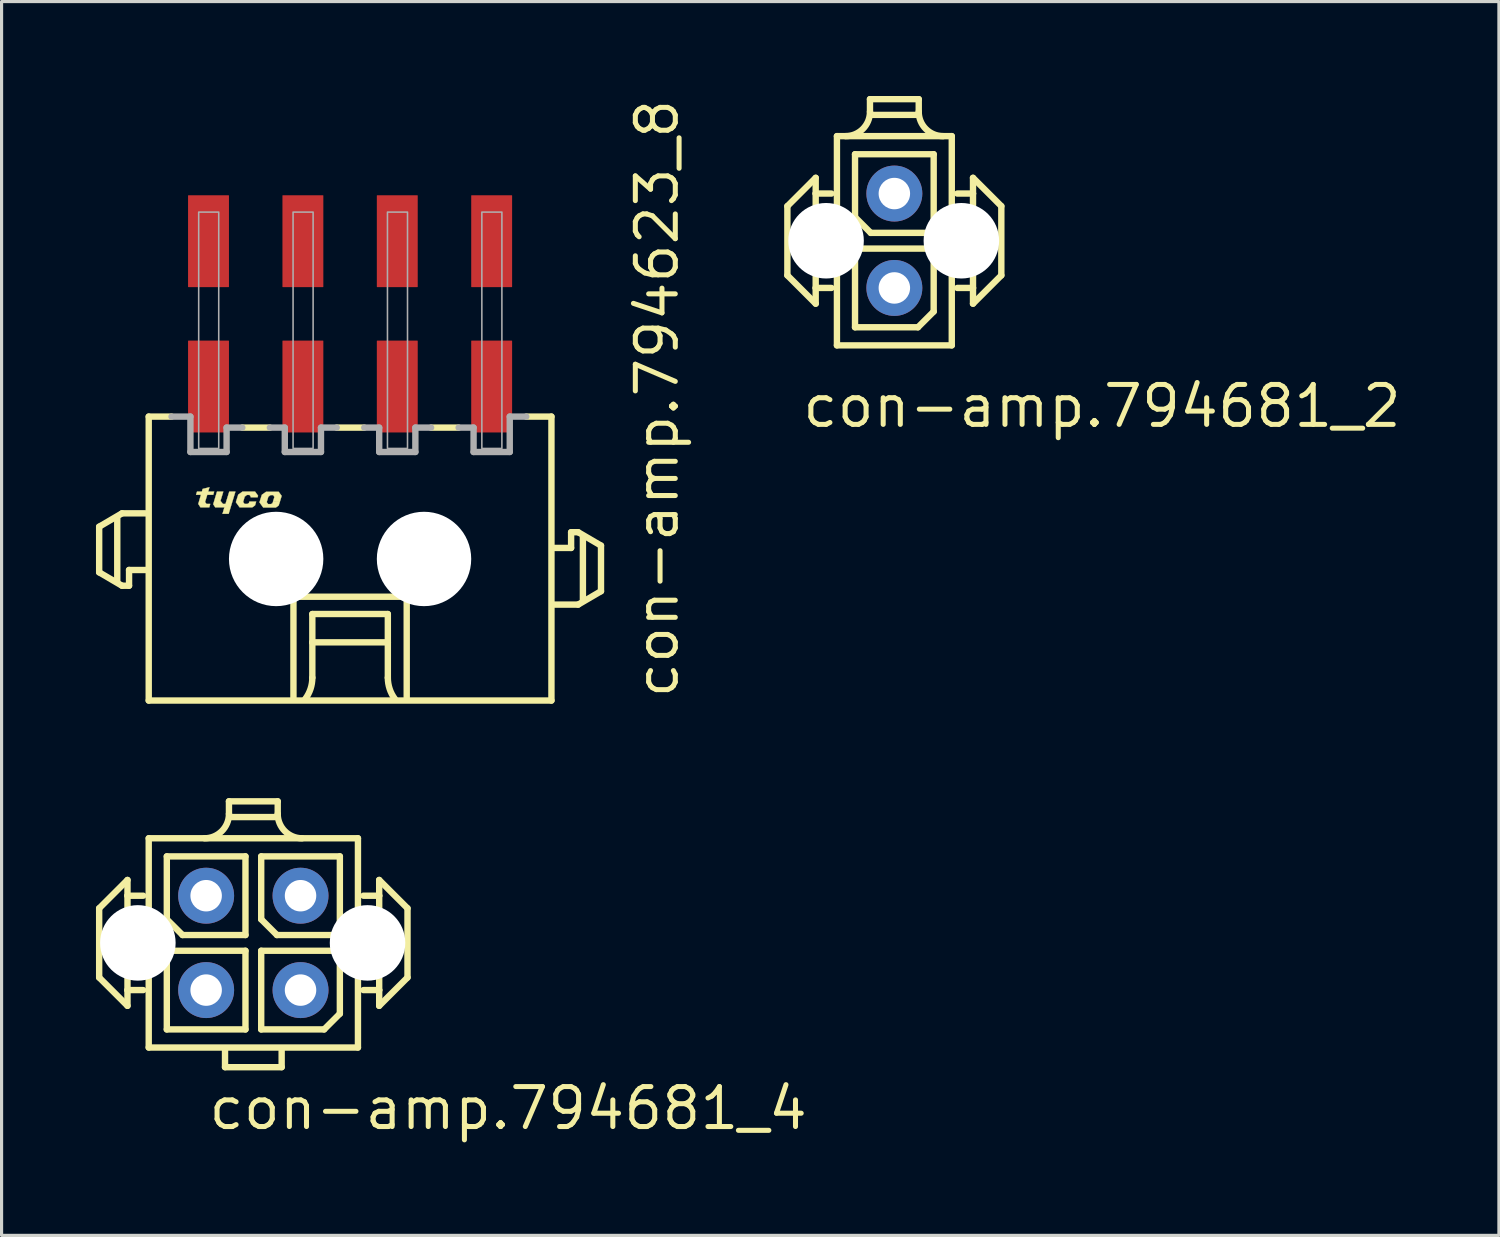
<source format=kicad_pcb>
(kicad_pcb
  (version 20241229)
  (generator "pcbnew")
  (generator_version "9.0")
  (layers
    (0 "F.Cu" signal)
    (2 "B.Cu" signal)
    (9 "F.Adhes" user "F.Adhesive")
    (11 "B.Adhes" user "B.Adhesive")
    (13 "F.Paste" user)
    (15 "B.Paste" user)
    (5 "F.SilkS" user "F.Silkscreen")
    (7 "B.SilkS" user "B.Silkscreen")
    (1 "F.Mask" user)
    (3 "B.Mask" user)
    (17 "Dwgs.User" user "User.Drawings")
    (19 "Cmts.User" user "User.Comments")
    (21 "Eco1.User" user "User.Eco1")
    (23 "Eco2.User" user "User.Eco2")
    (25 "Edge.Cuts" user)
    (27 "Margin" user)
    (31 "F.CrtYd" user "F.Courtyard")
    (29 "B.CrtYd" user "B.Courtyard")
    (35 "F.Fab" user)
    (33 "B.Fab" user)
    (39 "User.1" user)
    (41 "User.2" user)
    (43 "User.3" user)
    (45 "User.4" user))
  (footprint "con-amp.794681_2"
    (layer "F.Cu")
    (at 25.376 4.602)
    (property "Reference" "con-amp.794681_2" (at -3 6 0) (layer "F.SilkS") (effects (font (size 1.27 1.27) (thickness 0.16)) (justify left bottom)))
    (attr through_hole)
    (fp_line (start -3.4 -1.1) (end -2.5 -2) (stroke (width 0.203) (type default)) (layer "F.SilkS"))
    (fp_line (start -3.4 1.1) (end -3.4 -1.1) (stroke (width 0.203) (type default)) (layer "F.SilkS"))
    (fp_line (start -2.5 -2) (end -2.5 -1.5) (stroke (width 0.203) (type default)) (layer "F.SilkS"))
    (fp_line (start -2.5 -1.5) (end -2.5 1.5) (stroke (width 0.203) (type default)) (layer "F.SilkS"))
    (fp_line (start -2.5 -1.5) (end -2 -1.5) (stroke (width 0.203) (type default)) (layer "F.SilkS"))
    (fp_line (start -2.5 1.5) (end -2.5 2) (stroke (width 0.203) (type default)) (layer "F.SilkS"))
    (fp_line (start -2.5 1.5) (end -2 1.5) (stroke (width 0.203) (type default)) (layer "F.SilkS"))
    (fp_line (start -2.5 2) (end -3.4 1.1) (stroke (width 0.203) (type default)) (layer "F.SilkS"))
    (fp_line (start -1.825 -3.325) (end 1.825 -3.325) (stroke (width 0.203) (type default)) (layer "F.SilkS"))
    (fp_line (start -1.825 3.325) (end -1.825 -3.325) (stroke (width 0.203) (type default)) (layer "F.SilkS"))
    (fp_line (start -1.25 -2.75) (end -1.25 -0.75) (stroke (width 0.203) (type default)) (layer "F.SilkS"))
    (fp_line (start -1.25 0.25) (end -1.25 2.75) (stroke (width 0.203) (type default)) (layer "F.SilkS"))
    (fp_line (start -1.25 0.25) (end 1.25 0.25) (stroke (width 0.203) (type default)) (layer "F.SilkS"))
    (fp_line (start -1.25 2.75) (end 0.75 2.75) (stroke (width 0.203) (type default)) (layer "F.SilkS"))
    (fp_line (start -0.775 -4.5) (end 0.775 -4.5) (stroke (width 0.203) (type default)) (layer "F.SilkS"))
    (fp_line (start -0.775 -4.1) (end -0.775 -4.5) (stroke (width 0.203) (type default)) (layer "F.SilkS"))
    (fp_line (start -0.75 -0.25) (end -1.25 -0.75) (stroke (width 0.203) (type default)) (layer "F.SilkS"))
    (fp_line (start -0.75 -0.25) (end 1.25 -0.25) (stroke (width 0.203) (type default)) (layer "F.SilkS"))
    (fp_line (start 0.75 -4) (end -0.75 -4) (stroke (width 0.203) (type default)) (layer "F.SilkS"))
    (fp_line (start 0.75 2.75) (end 1.25 2.25) (stroke (width 0.203) (type default)) (layer "F.SilkS"))
    (fp_line (start 0.775 -4.1) (end 0.775 -4.5) (stroke (width 0.203) (type default)) (layer "F.SilkS"))
    (fp_line (start 1.25 -2.75) (end -1.25 -2.75) (stroke (width 0.203) (type default)) (layer "F.SilkS"))
    (fp_line (start 1.25 -0.25) (end 1.25 -2.75) (stroke (width 0.203) (type default)) (layer "F.SilkS"))
    (fp_line (start 1.25 2.25) (end 1.25 0.25) (stroke (width 0.203) (type default)) (layer "F.SilkS"))
    (fp_line (start 1.825 -3.325) (end 1.825 3.325) (stroke (width 0.203) (type default)) (layer "F.SilkS"))
    (fp_line (start 1.825 3.325) (end -1.825 3.325) (stroke (width 0.203) (type default)) (layer "F.SilkS"))
    (fp_line (start 2.5 -2) (end 2.5 -1.5) (stroke (width 0.203) (type default)) (layer "F.SilkS"))
    (fp_line (start 2.5 -2) (end 3.4 -1.1) (stroke (width 0.203) (type default)) (layer "F.SilkS"))
    (fp_line (start 2.5 -1.5) (end 2 -1.5) (stroke (width 0.203) (type default)) (layer "F.SilkS"))
    (fp_line (start 2.5 -1.5) (end 2.5 1.5) (stroke (width 0.203) (type default)) (layer "F.SilkS"))
    (fp_line (start 2.5 1.5) (end 2 1.5) (stroke (width 0.203) (type default)) (layer "F.SilkS"))
    (fp_line (start 2.5 1.5) (end 2.5 2) (stroke (width 0.203) (type default)) (layer "F.SilkS"))
    (fp_line (start 3.4 -1.1) (end 3.4 1.1) (stroke (width 0.203) (type default)) (layer "F.SilkS"))
    (fp_line (start 3.4 1.1) (end 2.5 2) (stroke (width 0.203) (type default)) (layer "F.SilkS"))
    (fp_arc (start -0.775 -4.1) (mid -1.001992 -3.551992) (end -1.55 -3.325) (stroke (width 0.2032) (type default)) (layer "F.SilkS"))
    (fp_arc (start 1.55 -3.325) (mid 1.001992 -3.551992) (end 0.775 -4.1) (stroke (width 0.2032) (type default)) (layer "F.SilkS"))
    (pad "" np_thru_hole circle (at -2.17 0) (size 2.4 2.4) (drill 2.4) (layers "*.Cu" "*.Mask"))
    (pad "" np_thru_hole circle (at 2.13 0) (size 2.4 2.4) (drill 2.4) (layers "*.Cu" "*.Mask"))
    (pad "1" thru_hole circle (at 0 1.5) (size 1.778 1.778) (drill 1) (layers "*.Cu" "*.Mask"))
    (pad "2" thru_hole circle (at 0 -1.5) (size 1.778 1.778) (drill 1) (layers "*.Cu" "*.Mask")))
  (footprint "con-amp.794681_4"
    (layer "F.Cu")
    (at 5.002 26.919)
    (property "Reference" "con-amp.794681_4" (at -1.5 6 0) (layer "F.SilkS") (effects (font (size 1.27 1.27) (thickness 0.16)) (justify left bottom)))
    (attr through_hole)
    (fp_line (start -4.9 -1.1) (end -4 -2) (stroke (width 0.203) (type default)) (layer "F.SilkS"))
    (fp_line (start -4.9 1.1) (end -4.9 -1.1) (stroke (width 0.203) (type default)) (layer "F.SilkS"))
    (fp_line (start -4 -2) (end -4 -1.5) (stroke (width 0.203) (type default)) (layer "F.SilkS"))
    (fp_line (start -4 -1.5) (end -4 1.5) (stroke (width 0.203) (type default)) (layer "F.SilkS"))
    (fp_line (start -4 -1.5) (end -3.5 -1.5) (stroke (width 0.203) (type default)) (layer "F.SilkS"))
    (fp_line (start -4 1.5) (end -4 2) (stroke (width 0.203) (type default)) (layer "F.SilkS"))
    (fp_line (start -4 1.5) (end -3.5 1.5) (stroke (width 0.203) (type default)) (layer "F.SilkS"))
    (fp_line (start -4 2) (end -4.9 1.1) (stroke (width 0.203) (type default)) (layer "F.SilkS"))
    (fp_line (start -3.325 -3.325) (end 3.325 -3.325) (stroke (width 0.203) (type default)) (layer "F.SilkS"))
    (fp_line (start -3.325 3.325) (end -3.325 -3.325) (stroke (width 0.203) (type default)) (layer "F.SilkS"))
    (fp_line (start -2.75 -2.75) (end -2.75 -0.75) (stroke (width 0.203) (type default)) (layer "F.SilkS"))
    (fp_line (start -2.75 0.25) (end -2.75 2.75) (stroke (width 0.203) (type default)) (layer "F.SilkS"))
    (fp_line (start -2.75 0.25) (end -0.25 0.25) (stroke (width 0.203) (type default)) (layer "F.SilkS"))
    (fp_line (start -2.75 2.75) (end -0.25 2.75) (stroke (width 0.203) (type default)) (layer "F.SilkS"))
    (fp_line (start -2.25 -0.25) (end -2.75 -0.75) (stroke (width 0.203) (type default)) (layer "F.SilkS"))
    (fp_line (start -2.25 -0.25) (end -0.25 -0.25) (stroke (width 0.203) (type default)) (layer "F.SilkS"))
    (fp_line (start -0.9 3.95) (end -0.9 3.4) (stroke (width 0.203) (type default)) (layer "F.SilkS"))
    (fp_line (start -0.775 -4.5) (end 0.775 -4.5) (stroke (width 0.203) (type default)) (layer "F.SilkS"))
    (fp_line (start -0.775 -4.1) (end -0.775 -4.5) (stroke (width 0.203) (type default)) (layer "F.SilkS"))
    (fp_line (start -0.25 -2.75) (end -2.75 -2.75) (stroke (width 0.203) (type default)) (layer "F.SilkS"))
    (fp_line (start -0.25 -2.75) (end -0.25 -0.25) (stroke (width 0.203) (type default)) (layer "F.SilkS"))
    (fp_line (start -0.25 0.25) (end -0.25 2.75) (stroke (width 0.203) (type default)) (layer "F.SilkS"))
    (fp_line (start 0.25 -2.75) (end 0.25 -0.75) (stroke (width 0.203) (type default)) (layer "F.SilkS"))
    (fp_line (start 0.25 0.25) (end 0.25 2.75) (stroke (width 0.203) (type default)) (layer "F.SilkS"))
    (fp_line (start 0.25 0.25) (end 2.75 0.25) (stroke (width 0.203) (type default)) (layer "F.SilkS"))
    (fp_line (start 0.25 2.75) (end 2.25 2.75) (stroke (width 0.203) (type default)) (layer "F.SilkS"))
    (fp_line (start 0.75 -4) (end -0.75 -4) (stroke (width 0.203) (type default)) (layer "F.SilkS"))
    (fp_line (start 0.75 -0.25) (end 0.25 -0.75) (stroke (width 0.203) (type default)) (layer "F.SilkS"))
    (fp_line (start 0.75 -0.25) (end 2.75 -0.25) (stroke (width 0.203) (type default)) (layer "F.SilkS"))
    (fp_line (start 0.775 -4.1) (end 0.775 -4.5) (stroke (width 0.203) (type default)) (layer "F.SilkS"))
    (fp_line (start 0.9 3.95) (end -0.9 3.95) (stroke (width 0.203) (type default)) (layer "F.SilkS"))
    (fp_line (start 0.9 3.95) (end 0.9 3.425) (stroke (width 0.203) (type default)) (layer "F.SilkS"))
    (fp_line (start 2.25 2.75) (end 2.75 2.25) (stroke (width 0.203) (type default)) (layer "F.SilkS"))
    (fp_line (start 2.75 -2.75) (end 0.25 -2.75) (stroke (width 0.203) (type default)) (layer "F.SilkS"))
    (fp_line (start 2.75 -0.25) (end 2.75 -2.75) (stroke (width 0.203) (type default)) (layer "F.SilkS"))
    (fp_line (start 2.75 2.25) (end 2.75 0.25) (stroke (width 0.203) (type default)) (layer "F.SilkS"))
    (fp_line (start 3.325 -3.325) (end 3.325 3.325) (stroke (width 0.203) (type default)) (layer "F.SilkS"))
    (fp_line (start 3.325 3.325) (end -3.325 3.325) (stroke (width 0.203) (type default)) (layer "F.SilkS"))
    (fp_line (start 4 -2) (end 4 -1.5) (stroke (width 0.203) (type default)) (layer "F.SilkS"))
    (fp_line (start 4 -2) (end 4.9 -1.1) (stroke (width 0.203) (type default)) (layer "F.SilkS"))
    (fp_line (start 4 -1.5) (end 3.5 -1.5) (stroke (width 0.203) (type default)) (layer "F.SilkS"))
    (fp_line (start 4 -1.5) (end 4 1.5) (stroke (width 0.203) (type default)) (layer "F.SilkS"))
    (fp_line (start 4 1.5) (end 3.5 1.5) (stroke (width 0.203) (type default)) (layer "F.SilkS"))
    (fp_line (start 4 1.5) (end 4 2) (stroke (width 0.203) (type default)) (layer "F.SilkS"))
    (fp_line (start 4.9 -1.1) (end 4.9 1.1) (stroke (width 0.203) (type default)) (layer "F.SilkS"))
    (fp_line (start 4.9 1.1) (end 4 2) (stroke (width 0.203) (type default)) (layer "F.SilkS"))
    (fp_arc (start -0.775 -4.1) (mid -1.001992 -3.551992) (end -1.55 -3.325) (stroke (width 0.2032) (type default)) (layer "F.SilkS"))
    (fp_arc (start 1.55 -3.325) (mid 1.001992 -3.551992) (end 0.775 -4.1) (stroke (width 0.2032) (type default)) (layer "F.SilkS"))
    (pad "" np_thru_hole circle (at -3.67 0) (size 2.4 2.4) (drill 2.4) (layers "*.Cu" "*.Mask"))
    (pad "" np_thru_hole circle (at 3.63 0) (size 2.4 2.4) (drill 2.4) (layers "*.Cu" "*.Mask"))
    (pad "1" thru_hole circle (at 1.5 1.5) (size 1.778 1.778) (drill 1) (layers "*.Cu" "*.Mask"))
    (pad "2" thru_hole circle (at 1.5 -1.5) (size 1.778 1.778) (drill 1) (layers "*.Cu" "*.Mask"))
    (pad "3" thru_hole circle (at -1.5 1.5) (size 1.778 1.778) (drill 1) (layers "*.Cu" "*.Mask"))
    (pad "4" thru_hole circle (at -1.5 -1.5) (size 1.778 1.778) (drill 1) (layers "*.Cu" "*.Mask")))
  (footprint "con-amp.794623_8"
    (layer "F.Cu")
    (at 8.077 14.716)
    (property "Reference" "con-amp.794623_8" (at 10.5 4.5 90) (layer "F.SilkS") (effects (font (size 1.27 1.27) (thickness 0.16)) (justify left bottom)))
    (attr smd)
    (fp_line (start -7.975 -1.025) (end -7.975 0.425) (stroke (width 0.203) (type default)) (layer "F.SilkS"))
    (fp_line (start -7.975 0.425) (end -7.25 0.85) (stroke (width 0.203) (type default)) (layer "F.SilkS"))
    (fp_line (start -7.4 0.7) (end -7.4 -1.3) (stroke (width 0.203) (type default)) (layer "F.SilkS"))
    (fp_line (start -7.25 -1.45) (end -7.975 -1.025) (stroke (width 0.203) (type default)) (layer "F.SilkS"))
    (fp_line (start -7.25 0.85) (end -7.025 0.85) (stroke (width 0.203) (type default)) (layer "F.SilkS"))
    (fp_line (start -7.025 0.35) (end -6.5 0.35) (stroke (width 0.203) (type default)) (layer "F.SilkS"))
    (fp_line (start -7.025 0.85) (end -7.025 0.35) (stroke (width 0.203) (type default)) (layer "F.SilkS"))
    (fp_line (start -6.5 -1.45) (end -7.25 -1.45) (stroke (width 0.203) (type default)) (layer "F.SilkS"))
    (fp_line (start -6.4 -4.525) (end -6.4 4.5) (stroke (width 0.203) (type default)) (layer "F.SilkS"))
    (fp_line (start -6.4 -4.525) (end -5.675 -4.525) (stroke (width 0.203) (type default)) (layer "F.SilkS"))
    (fp_line (start -6.4 4.5) (end 6.4 4.5) (stroke (width 0.203) (type default)) (layer "F.SilkS"))
    (fp_line (start -2.55 -4.175) (end -3.425 -4.175) (stroke (width 0.203) (type default)) (layer "F.SilkS"))
    (fp_line (start -1.8 1.2) (end 1.8 1.2) (stroke (width 0.203) (type default)) (layer "F.SilkS"))
    (fp_line (start -1.8 4.4) (end -1.8 1.2) (stroke (width 0.203) (type default)) (layer "F.SilkS"))
    (fp_line (start -1.2 1.75) (end -1.2 2.65) (stroke (width 0.203) (type default)) (layer "F.SilkS"))
    (fp_line (start -1.2 2.65) (end -1.2 3.775) (stroke (width 0.203) (type default)) (layer "F.SilkS"))
    (fp_line (start -1.2 2.65) (end 1.2 2.65) (stroke (width 0.203) (type default)) (layer "F.SilkS"))
    (fp_line (start 0.45 -4.175) (end -0.425 -4.175) (stroke (width 0.203) (type default)) (layer "F.SilkS"))
    (fp_line (start 1.2 1.75) (end -1.2 1.75) (stroke (width 0.203) (type default)) (layer "F.SilkS"))
    (fp_line (start 1.2 2.65) (end 1.2 1.75) (stroke (width 0.203) (type default)) (layer "F.SilkS"))
    (fp_line (start 1.2 2.65) (end 1.2 3.775) (stroke (width 0.203) (type default)) (layer "F.SilkS"))
    (fp_line (start 1.8 1.2) (end 1.8 4.4) (stroke (width 0.203) (type default)) (layer "F.SilkS"))
    (fp_line (start 3.45 -4.175) (end 2.575 -4.175) (stroke (width 0.203) (type default)) (layer "F.SilkS"))
    (fp_line (start 6.4 -4.525) (end 5.6 -4.525) (stroke (width 0.203) (type default)) (layer "F.SilkS"))
    (fp_line (start 6.4 4.5) (end 6.4 -4.525) (stroke (width 0.203) (type default)) (layer "F.SilkS"))
    (fp_line (start 6.5 1.45) (end 7.25 1.45) (stroke (width 0.203) (type default)) (layer "F.SilkS"))
    (fp_line (start 7.025 -0.85) (end 7.025 -0.35) (stroke (width 0.203) (type default)) (layer "F.SilkS"))
    (fp_line (start 7.025 -0.35) (end 6.5 -0.35) (stroke (width 0.203) (type default)) (layer "F.SilkS"))
    (fp_line (start 7.25 -0.85) (end 7.025 -0.85) (stroke (width 0.203) (type default)) (layer "F.SilkS"))
    (fp_line (start 7.25 1.45) (end 7.975 1.025) (stroke (width 0.203) (type default)) (layer "F.SilkS"))
    (fp_line (start 7.4 1.3) (end 7.4 -0.7) (stroke (width 0.203) (type default)) (layer "F.SilkS"))
    (fp_line (start 7.975 -0.425) (end 7.25 -0.85) (stroke (width 0.203) (type default)) (layer "F.SilkS"))
    (fp_line (start 7.975 1.025) (end 7.975 -0.425) (stroke (width 0.203) (type default)) (layer "F.SilkS"))
    (fp_arc (start -1.2 3.775) (mid -1.257731 4.130756) (end -1.425 4.45) (stroke (width 0.2032) (type default)) (layer "F.SilkS"))
    (fp_arc (start 1.425 4.45) (mid 1.257731 4.130756) (end 1.2 3.775) (stroke (width 0.2032) (type default)) (layer "F.SilkS"))
    (fp_poly (pts (xy -4.23 -2.14) (xy -4.03 -2.14) (xy -4.12 -1.845) (xy -4.04 -1.75) (xy -3.96 -1.75) (xy -3.84 -2.14) (xy -3.645 -2.14) (xy -3.86 -1.435) (xy -4.055 -1.435) (xy -3.995 -1.64) (xy -4.285 -1.64) (xy -4.35 -1.74)) (stroke (width 0.01) (type default)) (fill yes) (layer "F.SilkS"))
    (fp_poly (pts (xy -4.865 -2.14) (xy -4.71 -2.14) (xy -4.688 -2.225) (xy -4.47 -2.28) (xy -4.51 -2.14) (xy -4.32 -2.14) (xy -4.35 -2.04) (xy -4.54 -2.04) (xy -4.61 -1.81) (xy -4.565 -1.75) (xy -4.445 -1.75) (xy -4.475 -1.64) (xy -4.755 -1.64) (xy -4.825 -1.75) (xy -4.74 -2.04) (xy -4.895 -2.04)) (stroke (width 0.01) (type default)) (fill yes) (layer "F.SilkS"))
    (fp_poly (pts (xy -3.16 -1.96) (xy -2.94 -1.96) (xy -2.925 -2.01) (xy -3.02 -2.14) (xy -3.42 -2.14) (xy -3.555 -2.045) (xy -3.63 -1.805) (xy -3.51 -1.64) (xy -3.11 -1.64) (xy -3.02 -1.705) (xy -2.985 -1.825) (xy -3.2 -1.825) (xy -3.215 -1.78) (xy -3.26 -1.75) (xy -3.355 -1.75) (xy -3.4 -1.81) (xy -3.35 -1.98) (xy -3.28 -2.035) (xy -3.195 -2.035) (xy -3.155 -1.975)) (stroke (width 0.01) (type default)) (fill yes) (layer "F.SilkS"))
    (fp_poly (pts (xy -2.45 -1.825) (xy -2.23 -1.825) (xy -2.175 -2.005) (xy -2.27 -2.135) (xy -2.67 -2.135) (xy -2.805 -2.04) (xy -2.88 -1.8) (xy -2.76 -1.635) (xy -2.36 -1.635) (xy -2.27 -1.7) (xy -2.23 -1.825) (xy -2.45 -1.82) (xy -2.465 -1.775) (xy -2.51 -1.745) (xy -2.605 -1.745) (xy -2.65 -1.805) (xy -2.6 -1.975) (xy -2.53 -2.03) (xy -2.445 -2.03) (xy -2.405 -1.97)) (stroke (width 0.01) (type default)) (fill yes) (layer "F.SilkS"))
    (fp_line (start -5.075 -4.525) (end -5.675 -4.525) (stroke (width 0.203) (type default)) (layer "F.Fab"))
    (fp_line (start -5.075 -3.4) (end -5.075 -4.525) (stroke (width 0.203) (type default)) (layer "F.Fab"))
    (fp_line (start -3.925 -4.175) (end -3.925 -3.4) (stroke (width 0.203) (type default)) (layer "F.Fab"))
    (fp_line (start -3.925 -3.4) (end -5.075 -3.4) (stroke (width 0.203) (type default)) (layer "F.Fab"))
    (fp_line (start -3.425 -4.175) (end -3.925 -4.175) (stroke (width 0.203) (type default)) (layer "F.Fab"))
    (fp_line (start -2.075 -4.175) (end -2.55 -4.175) (stroke (width 0.203) (type default)) (layer "F.Fab"))
    (fp_line (start -2.075 -3.4) (end -2.075 -4.175) (stroke (width 0.203) (type default)) (layer "F.Fab"))
    (fp_line (start -0.925 -4.175) (end -0.925 -3.4) (stroke (width 0.203) (type default)) (layer "F.Fab"))
    (fp_line (start -0.925 -3.4) (end -2.075 -3.4) (stroke (width 0.203) (type default)) (layer "F.Fab"))
    (fp_line (start -0.425 -4.175) (end -0.925 -4.175) (stroke (width 0.203) (type default)) (layer "F.Fab"))
    (fp_line (start 0.925 -4.175) (end 0.45 -4.175) (stroke (width 0.203) (type default)) (layer "F.Fab"))
    (fp_line (start 0.925 -3.4) (end 0.925 -4.175) (stroke (width 0.203) (type default)) (layer "F.Fab"))
    (fp_line (start 2.075 -4.175) (end 2.075 -3.4) (stroke (width 0.203) (type default)) (layer "F.Fab"))
    (fp_line (start 2.075 -3.4) (end 0.925 -3.4) (stroke (width 0.203) (type default)) (layer "F.Fab"))
    (fp_line (start 2.575 -4.175) (end 2.075 -4.175) (stroke (width 0.203) (type default)) (layer "F.Fab"))
    (fp_line (start 3.925 -4.175) (end 3.45 -4.175) (stroke (width 0.203) (type default)) (layer "F.Fab"))
    (fp_line (start 3.925 -3.4) (end 3.925 -4.175) (stroke (width 0.203) (type default)) (layer "F.Fab"))
    (fp_line (start 5.075 -4.525) (end 5.075 -3.4) (stroke (width 0.203) (type default)) (layer "F.Fab"))
    (fp_line (start 5.075 -3.4) (end 3.925 -3.4) (stroke (width 0.203) (type default)) (layer "F.Fab"))
    (fp_line (start 5.6 -4.525) (end 5.075 -4.525) (stroke (width 0.203) (type default)) (layer "F.Fab"))
    (fp_rect (start -4.812 -3.513) (end -4.175 -11.025) (stroke (width 0.05) (type default)) (fill no) (layer "F.Fab"))
    (fp_rect (start -1.812 -3.513) (end -1.175 -11.025) (stroke (width 0.05) (type default)) (fill no) (layer "F.Fab"))
    (fp_rect (start 1.188 -3.513) (end 1.825 -11.025) (stroke (width 0.05) (type default)) (fill no) (layer "F.Fab"))
    (fp_rect (start 4.188 -3.513) (end 4.825 -11.025) (stroke (width 0.05) (type default)) (fill no) (layer "F.Fab"))
    (pad "" np_thru_hole circle (at -2.35 0) (size 3 3) (drill 3) (layers "*.Cu" "*.Mask"))
    (pad "" np_thru_hole circle (at 2.35 0) (size 3 3) (drill 3) (layers "*.Cu" "*.Mask"))
    (pad "1" smd roundrect (at 4.5 -10.1) (size 1.3 2.92) (layers "F.Cu" "F.Mask" "F.Paste") (roundrect_rratio 0.01))
    (pad "2" smd roundrect (at 4.5 -5.48) (size 1.3 2.92) (layers "F.Cu" "F.Mask" "F.Paste") (roundrect_rratio 0.01))
    (pad "3" smd roundrect (at 1.5 -10.1) (size 1.3 2.92) (layers "F.Cu" "F.Mask" "F.Paste") (roundrect_rratio 0.01))
    (pad "4" smd roundrect (at 1.5 -5.48) (size 1.3 2.92) (layers "F.Cu" "F.Mask" "F.Paste") (roundrect_rratio 0.01))
    (pad "5" smd roundrect (at -1.5 -10.1) (size 1.3 2.92) (layers "F.Cu" "F.Mask" "F.Paste") (roundrect_rratio 0.01))
    (pad "6" smd roundrect (at -1.5 -5.48) (size 1.3 2.92) (layers "F.Cu" "F.Mask" "F.Paste") (roundrect_rratio 0.01))
    (pad "7" smd roundrect (at -4.5 -10.1) (size 1.3 2.92) (layers "F.Cu" "F.Mask" "F.Paste") (roundrect_rratio 0.01))
    (pad "8" smd roundrect (at -4.5 -5.48) (size 1.3 2.92) (layers "F.Cu" "F.Mask" "F.Paste") (roundrect_rratio 0.01)))
  (gr_rect
    (start -3 -3)
    (end 44.591 36.216)
    (stroke (width 0.1) (type default))
    (fill no)
    (layer "Edge.Cuts")))
</source>
